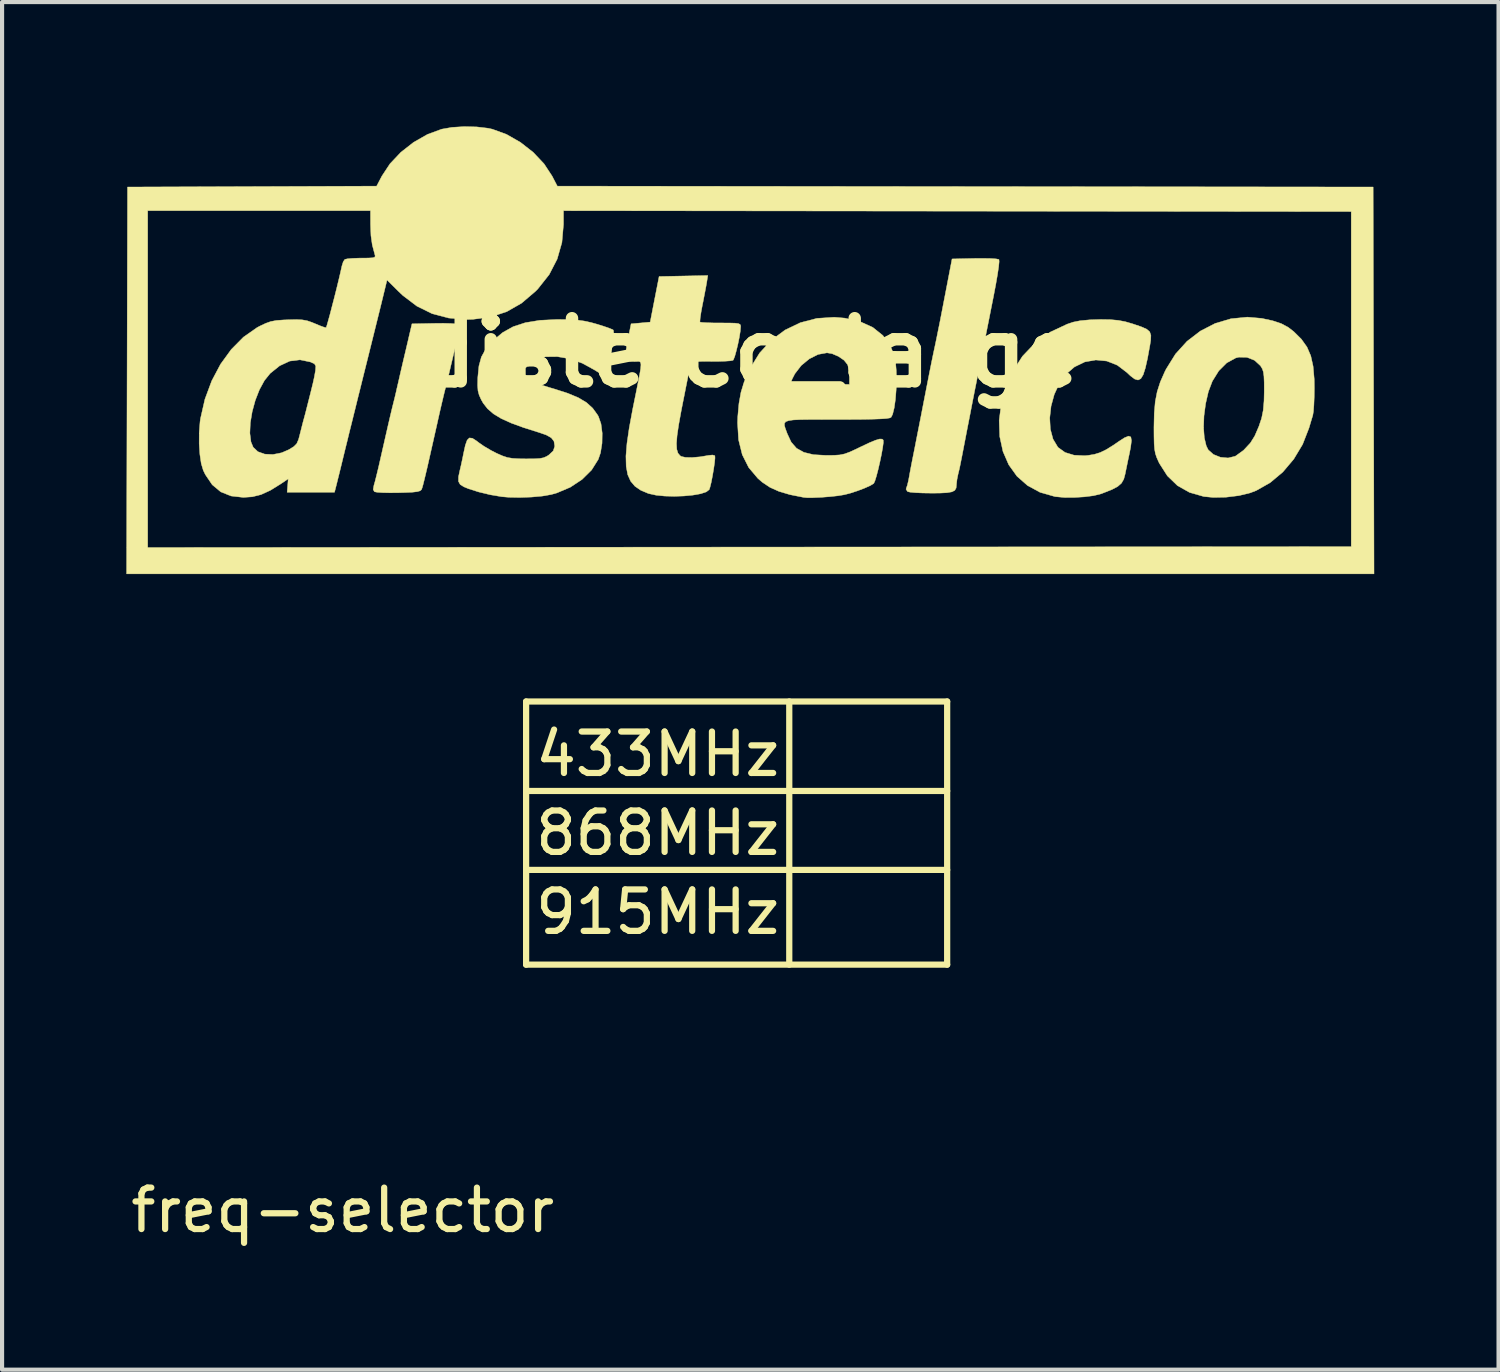
<source format=kicad_pcb>
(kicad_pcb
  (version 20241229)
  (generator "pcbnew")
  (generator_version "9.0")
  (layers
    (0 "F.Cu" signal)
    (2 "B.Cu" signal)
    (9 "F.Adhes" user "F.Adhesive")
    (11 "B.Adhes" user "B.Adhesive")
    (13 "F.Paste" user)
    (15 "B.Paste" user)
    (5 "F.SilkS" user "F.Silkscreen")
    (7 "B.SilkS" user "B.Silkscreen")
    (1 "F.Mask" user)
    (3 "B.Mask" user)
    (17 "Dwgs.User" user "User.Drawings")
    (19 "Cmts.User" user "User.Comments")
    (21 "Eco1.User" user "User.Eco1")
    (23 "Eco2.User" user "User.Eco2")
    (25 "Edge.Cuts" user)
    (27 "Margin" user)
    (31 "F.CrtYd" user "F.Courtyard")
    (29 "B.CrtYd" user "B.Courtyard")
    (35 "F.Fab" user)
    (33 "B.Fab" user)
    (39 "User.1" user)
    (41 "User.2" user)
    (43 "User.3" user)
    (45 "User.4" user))
  (footprint "freq-selector"
    (layer "F.Cu")
    (at 12.82 17.052)
    (property "Reference" "freq-selector" (at -7.6 9.1 0) (layer "F.SilkS") (effects (font (size 1 1) (thickness 0.15))))
    (attr through_hole)
    (fp_line (start -3.175 -3.175) (end 6.985 -3.175) (stroke (width 0.15) (type solid)) (layer "F.SilkS"))
    (fp_line (start -3.175 -1.016) (end 6.985 -1.016) (stroke (width 0.15) (type solid)) (layer "F.SilkS"))
    (fp_line (start -3.175 0.889) (end 6.985 0.889) (stroke (width 0.15) (type solid)) (layer "F.SilkS"))
    (fp_line (start -3.175 3.175) (end -3.175 -3.175) (stroke (width 0.15) (type solid)) (layer "F.SilkS"))
    (fp_line (start 3.175 -3.175) (end 3.175 3.175) (stroke (width 0.15) (type solid)) (layer "F.SilkS"))
    (fp_line (start 6.985 -3.175) (end 6.985 3.175) (stroke (width 0.15) (type solid)) (layer "F.SilkS"))
    (fp_line (start 6.985 3.175) (end -3.175 3.175) (stroke (width 0.15) (type solid)) (layer "F.SilkS"))
    (fp_text user "868MHz" (at 0 0 0) (layer "F.SilkS") (effects (font (size 1 1) (thickness 0.15))))
    (fp_text user "433MHz" (at 0 -1.905 0) (layer "F.SilkS") (effects (font (size 1 1) (thickness 0.15))))
    (fp_text user "915MHz" (at 0 1.905 0) (layer "F.SilkS") (effects (font (size 1 1) (thickness 0.15)))))
  (footprint "distelco_large"
    (layer "F.Cu")
    (at 15.034 5.463)
    (property "Reference" "distelco_large" (at 0 0 0) (layer "F.SilkS") (effects (font (size 1.524 1.524) (thickness 0.3))))
    (attr through_hole)
    (fp_poly (pts (xy -7.206 -0.707) (xy -7.077 -0.697) (xy -7.016 -0.683) (xy -7.015 -0.682) (xy -7.004 -0.618) (xy -7.02 -0.483) (xy -7.063 -0.285) (xy -7.067 -0.268) (xy -7.114 -0.073) (xy -7.159 0.115) (xy -7.194 0.264) (xy -7.202 0.296) (xy -7.292 0.683) (xy -7.361 0.953) (xy -7.386 1.056) (xy -7.425 1.221) (xy -7.473 1.428) (xy -7.524 1.655) (xy -7.537 1.714) (xy -7.629 2.122) (xy -7.704 2.454) (xy -7.764 2.719) (xy -7.812 2.924) (xy -7.849 3.076) (xy -7.876 3.184) (xy -7.896 3.254) (xy -7.911 3.295) (xy -7.914 3.302) (xy -7.946 3.33) (xy -8.015 3.35) (xy -8.135 3.364) (xy -8.32 3.372) (xy -8.471 3.376) (xy -8.677 3.378) (xy -8.854 3.374) (xy -8.983 3.365) (xy -9.047 3.353) (xy -9.048 3.353) (xy -9.079 3.299) (xy -9.061 3.198) (xy -9.06 3.194) (xy -9.034 3.103) (xy -8.996 2.952) (xy -8.95 2.762) (xy -8.909 2.582) (xy -8.814 2.165) (xy -8.734 1.814) (xy -8.669 1.533) (xy -8.62 1.328) (xy -8.595 1.228) (xy -8.56 1.089) (xy -8.522 0.928) (xy -8.514 0.889) (xy -8.476 0.727) (xy -8.425 0.503) (xy -8.363 0.236) (xy -8.295 -0.051) (xy -8.227 -0.34) (xy -8.218 -0.381) (xy -8.143 -0.699) (xy -7.599 -0.71) (xy -7.385 -0.712) (xy -7.206 -0.707)) (stroke (width 0.01) (type solid)) (fill yes) (layer "F.SilkS"))
    (fp_poly (pts (xy 8.711 -0.8) (xy 8.898 -0.783) (xy 9.068 -0.751) (xy 9.253 -0.697) (xy 9.255 -0.696) (xy 9.455 -0.628) (xy 9.586 -0.57) (xy 9.659 -0.506) (xy 9.687 -0.421) (xy 9.682 -0.301) (xy 9.663 -0.18) (xy 9.606 0.133) (xy 9.553 0.368) (xy 9.501 0.53) (xy 9.444 0.624) (xy 9.377 0.657) (xy 9.296 0.633) (xy 9.196 0.558) (xy 9.108 0.475) (xy 8.878 0.3) (xy 8.623 0.199) (xy 8.356 0.173) (xy 8.091 0.22) (xy 7.842 0.341) (xy 7.638 0.517) (xy 7.476 0.743) (xy 7.355 1.005) (xy 7.278 1.287) (xy 7.246 1.572) (xy 7.261 1.842) (xy 7.325 2.082) (xy 7.44 2.274) (xy 7.454 2.289) (xy 7.617 2.405) (xy 7.834 2.471) (xy 8.088 2.483) (xy 8.168 2.476) (xy 8.325 2.45) (xy 8.464 2.407) (xy 8.608 2.337) (xy 8.78 2.23) (xy 8.902 2.146) (xy 9.05 2.05) (xy 9.149 2.01) (xy 9.203 2.031) (xy 9.218 2.119) (xy 9.198 2.279) (xy 9.17 2.423) (xy 9.131 2.606) (xy 9.096 2.777) (xy 9.07 2.903) (xy 9.067 2.921) (xy 9.033 3.047) (xy 8.978 3.145) (xy 8.887 3.225) (xy 8.746 3.3) (xy 8.541 3.381) (xy 8.469 3.407) (xy 8.3 3.448) (xy 8.077 3.476) (xy 7.83 3.491) (xy 7.59 3.49) (xy 7.385 3.471) (xy 7.368 3.468) (xy 7.013 3.367) (xy 6.708 3.201) (xy 6.455 2.978) (xy 6.257 2.702) (xy 6.118 2.382) (xy 6.04 2.023) (xy 6.026 1.632) (xy 6.079 1.216) (xy 6.165 0.889) (xy 6.346 0.459) (xy 6.59 0.081) (xy 6.895 -0.239) (xy 7.255 -0.498) (xy 7.666 -0.691) (xy 7.811 -0.74) (xy 7.981 -0.774) (xy 8.214 -0.796) (xy 8.472 -0.804) (xy 8.711 -0.8)) (stroke (width 0.01) (type solid)) (fill yes) (layer "F.SilkS"))
    (fp_poly (pts (xy 5.822 -2.275) (xy 5.953 -2.266) (xy 6.018 -2.253) (xy 6.021 -2.251) (xy 6.025 -2.198) (xy 6.013 -2.074) (xy 5.985 -1.887) (xy 5.944 -1.649) (xy 5.891 -1.371) (xy 5.887 -1.35) (xy 5.832 -1.074) (xy 5.78 -0.81) (xy 5.733 -0.576) (xy 5.696 -0.389) (xy 5.672 -0.265) (xy 5.67 -0.254) (xy 5.636 -0.085) (xy 5.602 0.081) (xy 5.588 0.148) (xy 5.559 0.287) (xy 5.524 0.462) (xy 5.503 0.572) (xy 5.468 0.749) (xy 5.432 0.927) (xy 5.415 1.016) (xy 5.392 1.131) (xy 5.358 1.306) (xy 5.317 1.518) (xy 5.273 1.743) (xy 5.27 1.757) (xy 5.209 2.073) (xy 5.162 2.318) (xy 5.126 2.503) (xy 5.099 2.639) (xy 5.079 2.738) (xy 5.063 2.811) (xy 5.049 2.87) (xy 5.035 2.926) (xy 5.008 3.059) (xy 4.995 3.175) (xy 4.995 3.182) (xy 4.987 3.263) (xy 4.955 3.319) (xy 4.886 3.355) (xy 4.767 3.376) (xy 4.587 3.385) (xy 4.384 3.386) (xy 4.18 3.383) (xy 4.005 3.375) (xy 3.877 3.363) (xy 3.815 3.348) (xy 3.779 3.293) (xy 3.786 3.264) (xy 3.81 3.197) (xy 3.838 3.08) (xy 3.85 3.016) (xy 3.875 2.877) (xy 3.91 2.691) (xy 3.949 2.494) (xy 3.957 2.455) (xy 3.99 2.29) (xy 4.034 2.064) (xy 4.086 1.801) (xy 4.14 1.526) (xy 4.173 1.355) (xy 4.241 1.006) (xy 4.295 0.73) (xy 4.337 0.515) (xy 4.37 0.35) (xy 4.395 0.225) (xy 4.415 0.129) (xy 4.431 0.05) (xy 4.446 -0.021) (xy 4.48 -0.179) (xy 4.514 -0.342) (xy 4.551 -0.525) (xy 4.595 -0.742) (xy 4.647 -1.01) (xy 4.711 -1.342) (xy 4.73 -1.439) (xy 4.889 -2.265) (xy 5.436 -2.277) (xy 5.645 -2.278) (xy 5.822 -2.275)) (stroke (width 0.01) (type solid)) (fill yes) (layer "F.SilkS"))
    (fp_poly (pts (xy 12.361 -0.831) (xy 12.628 -0.773) (xy 12.834 -0.704) (xy 13.003 -0.613) (xy 13.138 -0.508) (xy 13.319 -0.328) (xy 13.453 -0.14) (xy 13.545 0.073) (xy 13.601 0.325) (xy 13.628 0.634) (xy 13.631 0.85) (xy 13.628 1.066) (xy 13.62 1.262) (xy 13.609 1.415) (xy 13.594 1.506) (xy 13.594 1.507) (xy 13.558 1.626) (xy 13.514 1.774) (xy 13.5 1.82) (xy 13.348 2.21) (xy 13.134 2.566) (xy 12.87 2.878) (xy 12.564 3.134) (xy 12.229 3.324) (xy 12.083 3.38) (xy 11.811 3.446) (xy 11.501 3.484) (xy 11.194 3.49) (xy 10.964 3.468) (xy 10.621 3.37) (xy 10.328 3.205) (xy 10.085 2.97) (xy 9.892 2.668) (xy 9.871 2.625) (xy 9.827 2.525) (xy 9.796 2.433) (xy 9.777 2.33) (xy 9.766 2.198) (xy 9.762 2.016) (xy 9.761 1.804) (xy 10.958 1.804) (xy 10.976 2.05) (xy 11.023 2.246) (xy 11.071 2.342) (xy 11.196 2.453) (xy 11.366 2.521) (xy 11.55 2.538) (xy 11.718 2.497) (xy 11.737 2.487) (xy 11.923 2.352) (xy 12.088 2.175) (xy 12.194 2.005) (xy 12.293 1.775) (xy 12.359 1.578) (xy 12.398 1.384) (xy 12.417 1.162) (xy 12.422 0.931) (xy 12.421 0.715) (xy 12.415 0.565) (xy 12.401 0.462) (xy 12.376 0.387) (xy 12.337 0.322) (xy 12.332 0.314) (xy 12.189 0.182) (xy 12.006 0.109) (xy 11.811 0.105) (xy 11.734 0.124) (xy 11.516 0.244) (xy 11.325 0.435) (xy 11.17 0.684) (xy 11.074 0.937) (xy 11.007 1.23) (xy 10.968 1.524) (xy 10.958 1.804) (xy 9.761 1.804) (xy 9.761 1.799) (xy 9.768 1.46) (xy 9.792 1.181) (xy 9.839 0.937) (xy 9.914 0.704) (xy 10.022 0.458) (xy 10.057 0.389) (xy 10.281 0.029) (xy 10.559 -0.278) (xy 10.881 -0.525) (xy 11.238 -0.709) (xy 11.619 -0.822) (xy 12.015 -0.861) (xy 12.361 -0.831)) (stroke (width 0.01) (type solid)) (fill yes) (layer "F.SilkS"))
    (fp_poly (pts (xy -1.03 -1.705) (xy -1.05 -1.591) (xy -1.082 -1.423) (xy -1.119 -1.232) (xy -1.135 -1.154) (xy -1.167 -0.982) (xy -1.188 -0.844) (xy -1.195 -0.759) (xy -1.193 -0.741) (xy -1.144 -0.733) (xy -1.029 -0.726) (xy -0.865 -0.721) (xy -0.691 -0.72) (xy -0.484 -0.719) (xy -0.347 -0.715) (xy -0.266 -0.705) (xy -0.226 -0.685) (xy -0.213 -0.655) (xy -0.212 -0.629) (xy -0.221 -0.52) (xy -0.245 -0.371) (xy -0.279 -0.205) (xy -0.318 -0.044) (xy -0.355 0.088) (xy -0.387 0.168) (xy -0.397 0.181) (xy -0.457 0.193) (xy -0.582 0.202) (xy -0.752 0.207) (xy -0.906 0.207) (xy -1.118 0.205) (xy -1.262 0.212) (xy -1.353 0.237) (xy -1.408 0.292) (xy -1.443 0.387) (xy -1.474 0.531) (xy -1.482 0.572) (xy -1.534 0.831) (xy -1.573 1.029) (xy -1.604 1.183) (xy -1.63 1.315) (xy -1.65 1.418) (xy -1.709 1.744) (xy -1.746 1.997) (xy -1.761 2.188) (xy -1.754 2.326) (xy -1.725 2.421) (xy -1.674 2.482) (xy -1.645 2.501) (xy -1.544 2.524) (xy -1.384 2.527) (xy -1.188 2.51) (xy -0.989 2.476) (xy -0.891 2.466) (xy -0.835 2.482) (xy -0.834 2.484) (xy -0.831 2.54) (xy -0.842 2.655) (xy -0.864 2.807) (xy -0.892 2.971) (xy -0.922 3.125) (xy -0.952 3.246) (xy -0.971 3.302) (xy -1.041 3.356) (xy -1.177 3.401) (xy -1.363 3.434) (xy -1.58 3.455) (xy -1.813 3.463) (xy -2.043 3.457) (xy -2.253 3.436) (xy -2.426 3.398) (xy -2.445 3.392) (xy -2.622 3.317) (xy -2.762 3.221) (xy -2.866 3.099) (xy -2.937 2.941) (xy -2.974 2.741) (xy -2.98 2.491) (xy -2.955 2.185) (xy -2.901 1.814) (xy -2.819 1.371) (xy -2.803 1.291) (xy -2.736 0.962) (xy -2.685 0.706) (xy -2.648 0.516) (xy -2.625 0.38) (xy -2.618 0.291) (xy -2.624 0.239) (xy -2.645 0.214) (xy -2.679 0.207) (xy -2.727 0.21) (xy -2.78 0.212) (xy -2.924 0.197) (xy -2.989 0.152) (xy -2.99 0.15) (xy -2.992 0.083) (xy -2.979 -0.045) (xy -2.953 -0.211) (xy -2.935 -0.305) (xy -2.856 -0.699) (xy -2.395 -0.741) (xy -2.288 -1.291) (xy -2.18 -1.841) (xy -1.592 -1.853) (xy -1.005 -1.865) (xy -1.03 -1.705)) (stroke (width 0.01) (type solid)) (fill yes) (layer "F.SilkS"))
    (fp_poly (pts (xy 2.298 -0.837) (xy 2.669 -0.753) (xy 2.977 -0.613) (xy 3.22 -0.418) (xy 3.399 -0.168) (xy 3.491 0.054) (xy 3.524 0.212) (xy 3.542 0.418) (xy 3.548 0.652) (xy 3.54 0.895) (xy 3.522 1.127) (xy 3.493 1.33) (xy 3.455 1.483) (xy 3.418 1.556) (xy 3.385 1.572) (xy 3.307 1.585) (xy 3.178 1.594) (xy 2.992 1.601) (xy 2.74 1.606) (xy 2.416 1.608) (xy 2.111 1.609) (xy 1.74 1.608) (xy 1.446 1.609) (xy 1.22 1.612) (xy 1.056 1.62) (xy 0.944 1.637) (xy 0.876 1.662) (xy 0.846 1.7) (xy 0.845 1.753) (xy 0.864 1.822) (xy 0.897 1.91) (xy 0.912 1.951) (xy 1.007 2.155) (xy 1.137 2.304) (xy 1.313 2.402) (xy 1.544 2.458) (xy 1.842 2.475) (xy 1.863 2.475) (xy 2.044 2.473) (xy 2.179 2.464) (xy 2.295 2.44) (xy 2.418 2.395) (xy 2.576 2.323) (xy 2.676 2.274) (xy 2.891 2.172) (xy 3.044 2.109) (xy 3.144 2.08) (xy 3.204 2.083) (xy 3.229 2.106) (xy 3.231 2.166) (xy 3.215 2.288) (xy 3.186 2.45) (xy 3.148 2.632) (xy 3.106 2.814) (xy 3.064 2.975) (xy 3.027 3.094) (xy 3 3.152) (xy 3 3.152) (xy 2.916 3.204) (xy 2.775 3.267) (xy 2.603 3.332) (xy 2.425 3.39) (xy 2.286 3.425) (xy 2.134 3.45) (xy 1.941 3.471) (xy 1.734 3.487) (xy 1.539 3.495) (xy 1.383 3.495) (xy 1.312 3.489) (xy 0.979 3.423) (xy 0.712 3.344) (xy 0.494 3.246) (xy 0.307 3.121) (xy 0.204 3.031) (xy -0.018 2.768) (xy -0.173 2.459) (xy -0.262 2.101) (xy -0.287 1.69) (xy -0.282 1.545) (xy -0.253 1.222) (xy -0.204 0.951) (xy -0.146 0.762) (xy 0.978 0.762) (xy 2.413 0.762) (xy 2.413 0.573) (xy 2.402 0.431) (xy 2.376 0.308) (xy 2.366 0.283) (xy 2.284 0.18) (xy 2.149 0.087) (xy 1.995 0.021) (xy 1.871 0) (xy 1.657 0.039) (xy 1.444 0.146) (xy 1.25 0.306) (xy 1.096 0.506) (xy 1.035 0.624) (xy 0.978 0.762) (xy -0.146 0.762) (xy -0.127 0.7) (xy -0.015 0.439) (xy 0.018 0.371) (xy 0.246 0.004) (xy 0.53 -0.305) (xy 0.86 -0.55) (xy 1.229 -0.727) (xy 1.628 -0.831) (xy 2.048 -0.858) (xy 2.298 -0.837)) (stroke (width 0.01) (type solid)) (fill yes) (layer "F.SilkS"))
    (fp_poly (pts (xy -4.356 -0.801) (xy -4.159 -0.79) (xy -3.99 -0.767) (xy -3.82 -0.73) (xy -3.698 -0.696) (xy -3.529 -0.644) (xy -3.39 -0.596) (xy -3.302 -0.56) (xy -3.284 -0.548) (xy -3.276 -0.494) (xy -3.284 -0.377) (xy -3.304 -0.218) (xy -3.333 -0.036) (xy -3.367 0.149) (xy -3.403 0.316) (xy -3.437 0.446) (xy -3.466 0.518) (xy -3.47 0.524) (xy -3.529 0.525) (xy -3.643 0.472) (xy -3.741 0.412) (xy -4.03 0.253) (xy -4.334 0.145) (xy -4.636 0.092) (xy -4.917 0.095) (xy -5.162 0.159) (xy -5.192 0.172) (xy -5.337 0.267) (xy -5.406 0.378) (xy -5.404 0.518) (xy -5.4 0.535) (xy -5.372 0.596) (xy -5.313 0.651) (xy -5.212 0.706) (xy -5.057 0.765) (xy -4.836 0.835) (xy -4.709 0.872) (xy -4.383 0.977) (xy -4.129 1.083) (xy -3.933 1.2) (xy -3.783 1.336) (xy -3.666 1.498) (xy -3.644 1.536) (xy -3.582 1.713) (xy -3.553 1.938) (xy -3.557 2.182) (xy -3.594 2.415) (xy -3.648 2.572) (xy -3.809 2.828) (xy -4.039 3.056) (xy -4.323 3.244) (xy -4.649 3.382) (xy -4.784 3.42) (xy -4.996 3.457) (xy -5.259 3.481) (xy -5.541 3.491) (xy -5.809 3.486) (xy -5.977 3.472) (xy -6.255 3.425) (xy -6.536 3.357) (xy -6.784 3.278) (xy -6.89 3.234) (xy -6.979 3.179) (xy -7.021 3.104) (xy -7.02 2.991) (xy -6.988 2.841) (xy -6.958 2.713) (xy -6.922 2.545) (xy -6.9 2.434) (xy -6.856 2.233) (xy -6.812 2.108) (xy -6.758 2.054) (xy -6.685 2.062) (xy -6.584 2.127) (xy -6.537 2.164) (xy -6.409 2.253) (xy -6.242 2.352) (xy -6.096 2.427) (xy -5.957 2.488) (xy -5.839 2.527) (xy -5.712 2.548) (xy -5.548 2.557) (xy -5.397 2.559) (xy -5.197 2.558) (xy -5.06 2.55) (xy -4.965 2.531) (xy -4.89 2.498) (xy -4.837 2.463) (xy -4.734 2.366) (xy -4.699 2.26) (xy -4.699 2.244) (xy -4.717 2.134) (xy -4.781 2.051) (xy -4.904 1.982) (xy -5.068 1.925) (xy -5.446 1.806) (xy -5.75 1.695) (xy -5.99 1.586) (xy -6.176 1.473) (xy -6.318 1.351) (xy -6.425 1.214) (xy -6.472 1.131) (xy -6.522 1.021) (xy -6.55 0.916) (xy -6.559 0.786) (xy -6.555 0.604) (xy -6.554 0.586) (xy -6.527 0.316) (xy -6.468 0.1) (xy -6.364 -0.088) (xy -6.204 -0.275) (xy -6.182 -0.298) (xy -5.956 -0.488) (xy -5.702 -0.63) (xy -5.406 -0.727) (xy -5.058 -0.784) (xy -4.645 -0.804) (xy -4.608 -0.804) (xy -4.356 -0.801)) (stroke (width 0.01) (type solid)) (fill yes) (layer "F.SilkS"))
    (fp_poly (pts (xy -6.583 -5.451) (xy -6.309 -5.419) (xy -6.204 -5.396) (xy -5.86 -5.27) (xy -5.525 -5.078) (xy -5.217 -4.837) (xy -4.956 -4.56) (xy -4.762 -4.265) (xy -4.636 -4.022) (xy 5.207 -4.011) (xy 15.05 -4) (xy 15.06 0.667) (xy 15.071 5.334) (xy -15.029 5.334) (xy -15.008 -3.429) (xy -14.52 -3.429) (xy -14.52 4.699) (xy 0.000434 4.688) (xy 14.521 4.678) (xy 14.521 0.635) (xy 14.521 -3.408) (xy -4.487 -3.429) (xy -4.487 -3.099) (xy -4.525 -2.662) (xy -4.64 -2.26) (xy -4.832 -1.888) (xy -5.105 -1.543) (xy -5.165 -1.482) (xy -5.498 -1.198) (xy -5.856 -0.993) (xy -6.245 -0.864) (xy -6.673 -0.808) (xy -6.816 -0.804) (xy -7.258 -0.839) (xy -7.658 -0.945) (xy -8.025 -1.126) (xy -8.366 -1.385) (xy -8.468 -1.482) (xy -8.745 -1.757) (xy -8.879 -1.206) (xy -8.944 -0.942) (xy -9.025 -0.616) (xy -9.116 -0.249) (xy -9.212 0.137) (xy -9.308 0.521) (xy -9.398 0.884) (xy -9.399 0.889) (xy -9.435 1.031) (xy -9.474 1.189) (xy -9.481 1.217) (xy -9.521 1.38) (xy -9.562 1.544) (xy -9.567 1.566) (xy -9.612 1.747) (xy -9.656 1.922) (xy -9.703 2.116) (xy -9.762 2.354) (xy -9.797 2.498) (xy -9.848 2.708) (xy -9.898 2.912) (xy -9.94 3.08) (xy -9.958 3.154) (xy -10.012 3.365) (xy -11.155 3.365) (xy -11.142 3.203) (xy -11.129 3.041) (xy -11.311 3.164) (xy -11.563 3.32) (xy -11.784 3.421) (xy -11.995 3.474) (xy -12.213 3.489) (xy -12.51 3.455) (xy -12.758 3.355) (xy -12.963 3.184) (xy -13.129 2.939) (xy -13.179 2.836) (xy -13.228 2.673) (xy -13.261 2.451) (xy -13.278 2.192) (xy -13.277 1.94) (xy -12.055 1.94) (xy -12.028 2.15) (xy -11.975 2.278) (xy -11.861 2.386) (xy -11.696 2.445) (xy -11.498 2.454) (xy -11.287 2.412) (xy -11.116 2.338) (xy -10.994 2.263) (xy -10.923 2.191) (xy -10.879 2.089) (xy -10.853 1.99) (xy -10.812 1.828) (xy -10.773 1.674) (xy -10.755 1.609) (xy -10.716 1.465) (xy -10.662 1.252) (xy -10.589 0.964) (xy -10.534 0.741) (xy -10.5 0.587) (xy -10.473 0.437) (xy -10.471 0.423) (xy -10.464 0.32) (xy -10.497 0.265) (xy -10.59 0.223) (xy -10.593 0.221) (xy -10.846 0.169) (xy -11.093 0.2) (xy -11.336 0.313) (xy -11.564 0.496) (xy -11.703 0.668) (xy -11.825 0.892) (xy -11.925 1.149) (xy -11.999 1.421) (xy -12.044 1.691) (xy -12.055 1.94) (xy -13.277 1.94) (xy -13.277 1.922) (xy -13.257 1.665) (xy -13.246 1.587) (xy -13.139 1.119) (xy -12.975 0.677) (xy -12.761 0.273) (xy -12.503 -0.082) (xy -12.209 -0.379) (xy -11.884 -0.607) (xy -11.817 -0.643) (xy -11.673 -0.711) (xy -11.549 -0.755) (xy -11.416 -0.78) (xy -11.243 -0.793) (xy -11.135 -0.797) (xy -10.934 -0.802) (xy -10.79 -0.795) (xy -10.673 -0.774) (xy -10.557 -0.734) (xy -10.48 -0.702) (xy -10.35 -0.648) (xy -10.254 -0.614) (xy -10.215 -0.608) (xy -10.198 -0.654) (xy -10.166 -0.767) (xy -10.121 -0.929) (xy -10.07 -1.127) (xy -10.014 -1.342) (xy -9.959 -1.561) (xy -9.909 -1.766) (xy -9.868 -1.941) (xy -9.839 -2.072) (xy -9.834 -2.095) (xy -9.802 -2.196) (xy -9.763 -2.254) (xy -9.701 -2.268) (xy -9.577 -2.279) (xy -9.416 -2.285) (xy -9.363 -2.285) (xy -9.192 -2.287) (xy -9.089 -2.293) (xy -9.041 -2.308) (xy -9.031 -2.338) (xy -9.042 -2.381) (xy -9.101 -2.603) (xy -9.133 -2.829) (xy -9.143 -3.099) (xy -9.143 -3.101) (xy -9.144 -3.429) (xy -14.52 -3.429) (xy -15.008 -3.429) (xy -15.007 -4) (xy -12.002 -4.011) (xy -8.996 -4.022) (xy -8.869 -4.265) (xy -8.673 -4.562) (xy -8.411 -4.839) (xy -8.103 -5.08) (xy -7.768 -5.271) (xy -7.428 -5.396) (xy -7.178 -5.44) (xy -6.885 -5.458) (xy -6.583 -5.451)) (stroke (width 0.01) (type solid)) (fill yes) (layer "F.SilkS")))
  (gr_rect
    (start -3 -3)
    (end 33.11 30)
    (stroke (width 0.1) (type default))
    (fill no)
    (layer "Edge.Cuts")))
</source>
